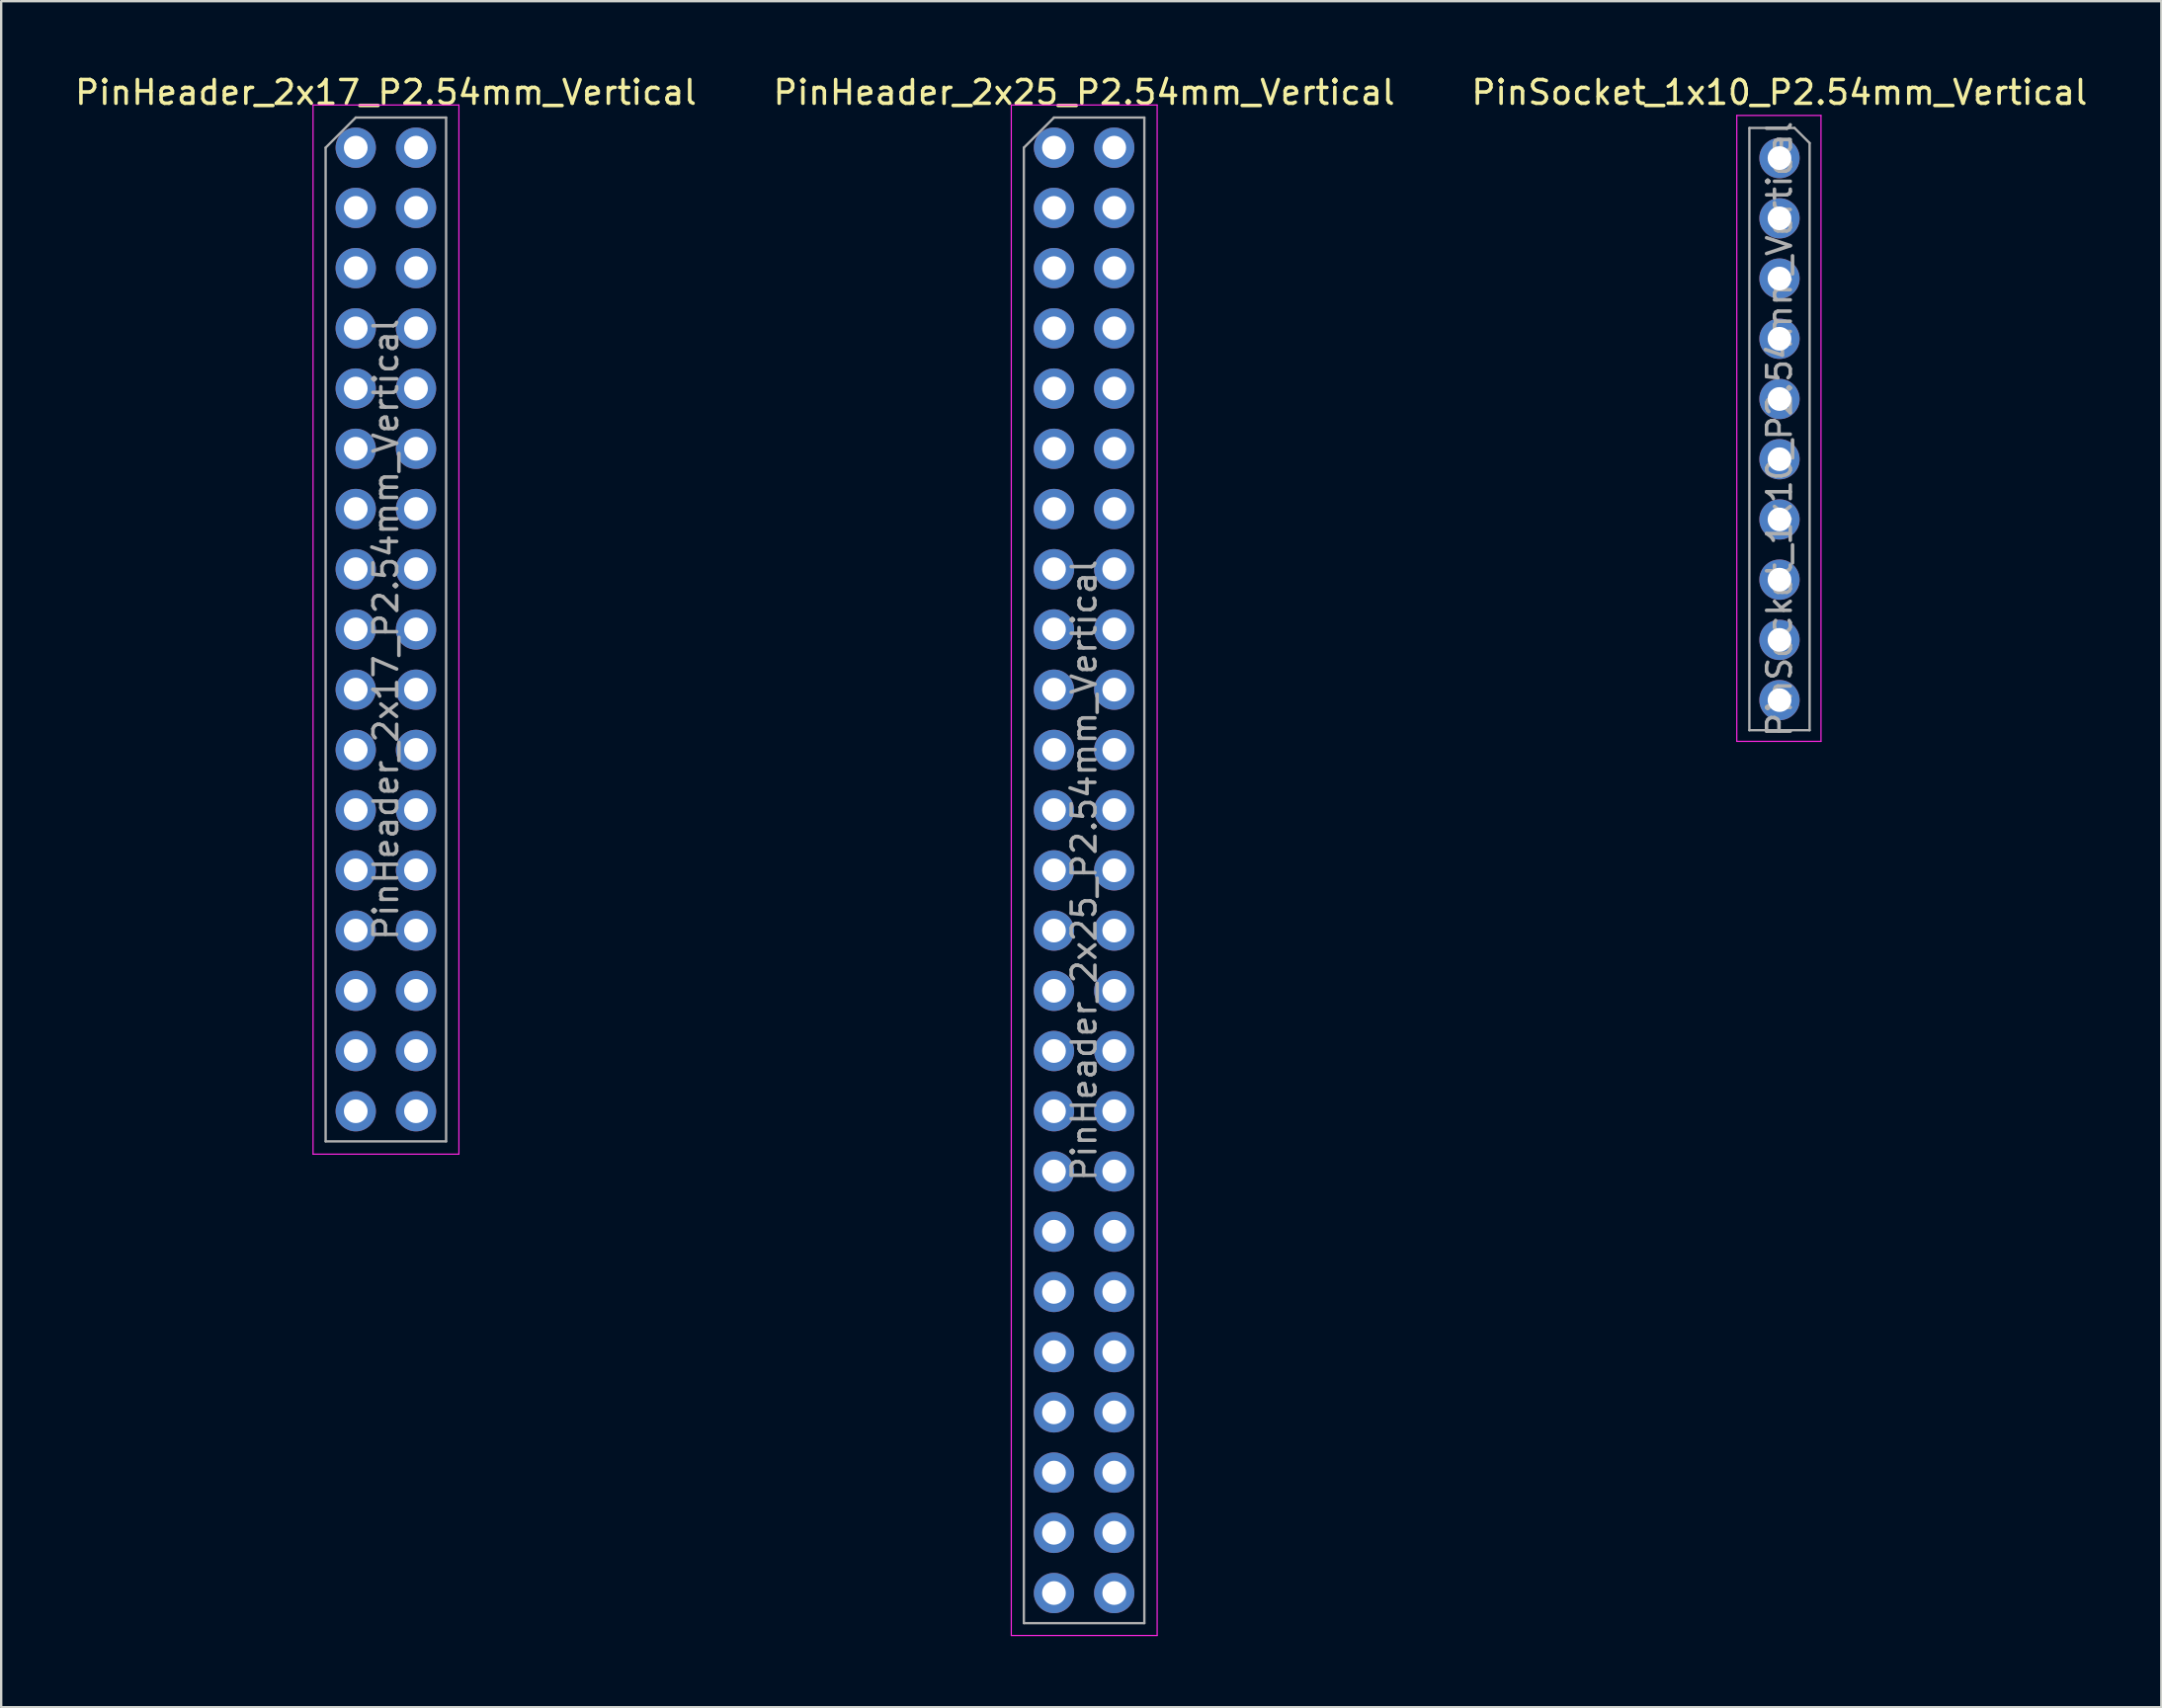
<source format=kicad_pcb>
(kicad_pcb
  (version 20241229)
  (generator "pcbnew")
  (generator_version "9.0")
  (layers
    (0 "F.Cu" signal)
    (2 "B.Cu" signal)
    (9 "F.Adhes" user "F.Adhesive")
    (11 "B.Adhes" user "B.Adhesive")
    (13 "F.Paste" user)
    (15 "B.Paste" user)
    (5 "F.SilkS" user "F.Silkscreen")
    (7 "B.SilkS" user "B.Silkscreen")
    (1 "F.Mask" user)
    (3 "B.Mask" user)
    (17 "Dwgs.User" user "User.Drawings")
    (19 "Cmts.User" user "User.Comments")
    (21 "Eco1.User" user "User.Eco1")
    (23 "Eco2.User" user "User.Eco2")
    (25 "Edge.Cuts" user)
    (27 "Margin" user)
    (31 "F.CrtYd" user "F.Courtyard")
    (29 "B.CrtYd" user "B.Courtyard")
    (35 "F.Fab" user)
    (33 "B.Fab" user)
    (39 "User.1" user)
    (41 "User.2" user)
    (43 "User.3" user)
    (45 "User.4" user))
  (footprint "PinSocket_1x10_P2.54mm_Vertical"
    (layer "F.Cu")
    (at 71.982 3.618)
    (property "Reference" "PinSocket_1x10_P2.54mm_Vertical" (at 0 -2.77 0) (layer "F.SilkS") (effects (font (size 1 1) (thickness 0.15))))
    (attr through_hole)
    (fp_line (start -1.8 -1.8) (end 1.75 -1.8) (stroke (width 0.05) (type solid)) (layer "F.CrtYd"))
    (fp_line (start -1.8 24.6) (end -1.8 -1.8) (stroke (width 0.05) (type solid)) (layer "F.CrtYd"))
    (fp_line (start 1.75 -1.8) (end 1.75 24.6) (stroke (width 0.05) (type solid)) (layer "F.CrtYd"))
    (fp_line (start 1.75 24.6) (end -1.8 24.6) (stroke (width 0.05) (type solid)) (layer "F.CrtYd"))
    (fp_line (start -1.27 -1.27) (end 0.635 -1.27) (stroke (width 0.1) (type solid)) (layer "F.Fab"))
    (fp_line (start -1.27 24.13) (end -1.27 -1.27) (stroke (width 0.1) (type solid)) (layer "F.Fab"))
    (fp_line (start 0.635 -1.27) (end 1.27 -0.635) (stroke (width 0.1) (type solid)) (layer "F.Fab"))
    (fp_line (start 1.27 -0.635) (end 1.27 24.13) (stroke (width 0.1) (type solid)) (layer "F.Fab"))
    (fp_line (start 1.27 24.13) (end -1.27 24.13) (stroke (width 0.1) (type solid)) (layer "F.Fab"))
    (fp_text user "${REFERENCE}" (at 0 11.43 90) (layer "F.Fab") (effects (font (size 1 1) (thickness 0.15))))
    (pad "1" thru_hole circle (at 0 0) (size 1.7 1.7) (drill 1) (layers "*.Cu" "*.Mask"))
    (pad "2" thru_hole oval (at 0 2.54) (size 1.7 1.7) (drill 1) (layers "*.Cu" "*.Mask"))
    (pad "3" thru_hole oval (at 0 5.08) (size 1.7 1.7) (drill 1) (layers "*.Cu" "*.Mask"))
    (pad "4" thru_hole oval (at 0 7.62) (size 1.7 1.7) (drill 1) (layers "*.Cu" "*.Mask"))
    (pad "5" thru_hole oval (at 0 10.16) (size 1.7 1.7) (drill 1) (layers "*.Cu" "*.Mask"))
    (pad "6" thru_hole oval (at 0 12.7) (size 1.7 1.7) (drill 1) (layers "*.Cu" "*.Mask"))
    (pad "7" thru_hole oval (at 0 15.24) (size 1.7 1.7) (drill 1) (layers "*.Cu" "*.Mask"))
    (pad "8" thru_hole oval (at 0 17.78) (size 1.7 1.7) (drill 1) (layers "*.Cu" "*.Mask"))
    (pad "9" thru_hole oval (at 0 20.32) (size 1.7 1.7) (drill 1) (layers "*.Cu" "*.Mask"))
    (pad "10" thru_hole oval (at 0 22.86) (size 1.7 1.7) (drill 1) (layers "*.Cu" "*.Mask")))
  (footprint "PinHeader_2x17_P2.54mm_Vertical"
    (layer "F.Cu")
    (at 11.95 3.178)
    (property "Reference" "PinHeader_2x17_P2.54mm_Vertical" (at 1.27 -2.33 0) (layer "F.SilkS") (effects (font (size 1 1) (thickness 0.15))))
    (attr through_hole)
    (fp_line (start -1.8 -1.8) (end -1.8 42.45) (stroke (width 0.05) (type solid)) (layer "F.CrtYd"))
    (fp_line (start -1.8 42.45) (end 4.35 42.45) (stroke (width 0.05) (type solid)) (layer "F.CrtYd"))
    (fp_line (start 4.35 -1.8) (end -1.8 -1.8) (stroke (width 0.05) (type solid)) (layer "F.CrtYd"))
    (fp_line (start 4.35 42.45) (end 4.35 -1.8) (stroke (width 0.05) (type solid)) (layer "F.CrtYd"))
    (fp_line (start -1.27 0) (end 0 -1.27) (stroke (width 0.1) (type solid)) (layer "F.Fab"))
    (fp_line (start -1.27 41.91) (end -1.27 0) (stroke (width 0.1) (type solid)) (layer "F.Fab"))
    (fp_line (start 0 -1.27) (end 3.81 -1.27) (stroke (width 0.1) (type solid)) (layer "F.Fab"))
    (fp_line (start 3.81 -1.27) (end 3.81 41.91) (stroke (width 0.1) (type solid)) (layer "F.Fab"))
    (fp_line (start 3.81 41.91) (end -1.27 41.91) (stroke (width 0.1) (type solid)) (layer "F.Fab"))
    (fp_text user "${REFERENCE}" (at 1.27 20.32 90) (layer "F.Fab") (effects (font (size 1 1) (thickness 0.15))))
    (pad "1" thru_hole circle (at 0 0) (size 1.7 1.7) (drill 1) (layers "*.Cu" "*.Mask"))
    (pad "2" thru_hole oval (at 2.54 0) (size 1.7 1.7) (drill 1) (layers "*.Cu" "*.Mask"))
    (pad "3" thru_hole oval (at 0 2.54) (size 1.7 1.7) (drill 1) (layers "*.Cu" "*.Mask"))
    (pad "4" thru_hole oval (at 2.54 2.54) (size 1.7 1.7) (drill 1) (layers "*.Cu" "*.Mask"))
    (pad "5" thru_hole oval (at 0 5.08) (size 1.7 1.7) (drill 1) (layers "*.Cu" "*.Mask"))
    (pad "6" thru_hole oval (at 2.54 5.08) (size 1.7 1.7) (drill 1) (layers "*.Cu" "*.Mask"))
    (pad "7" thru_hole oval (at 0 7.62) (size 1.7 1.7) (drill 1) (layers "*.Cu" "*.Mask"))
    (pad "8" thru_hole oval (at 2.54 7.62) (size 1.7 1.7) (drill 1) (layers "*.Cu" "*.Mask"))
    (pad "9" thru_hole oval (at 0 10.16) (size 1.7 1.7) (drill 1) (layers "*.Cu" "*.Mask"))
    (pad "10" thru_hole oval (at 2.54 10.16) (size 1.7 1.7) (drill 1) (layers "*.Cu" "*.Mask"))
    (pad "11" thru_hole oval (at 0 12.7) (size 1.7 1.7) (drill 1) (layers "*.Cu" "*.Mask"))
    (pad "12" thru_hole oval (at 2.54 12.7) (size 1.7 1.7) (drill 1) (layers "*.Cu" "*.Mask"))
    (pad "13" thru_hole oval (at 0 15.24) (size 1.7 1.7) (drill 1) (layers "*.Cu" "*.Mask"))
    (pad "14" thru_hole oval (at 2.54 15.24) (size 1.7 1.7) (drill 1) (layers "*.Cu" "*.Mask"))
    (pad "15" thru_hole oval (at 0 17.78) (size 1.7 1.7) (drill 1) (layers "*.Cu" "*.Mask"))
    (pad "16" thru_hole oval (at 2.54 17.78) (size 1.7 1.7) (drill 1) (layers "*.Cu" "*.Mask"))
    (pad "17" thru_hole oval (at 0 20.32) (size 1.7 1.7) (drill 1) (layers "*.Cu" "*.Mask"))
    (pad "18" thru_hole oval (at 2.54 20.32) (size 1.7 1.7) (drill 1) (layers "*.Cu" "*.Mask"))
    (pad "19" thru_hole oval (at 0 22.86) (size 1.7 1.7) (drill 1) (layers "*.Cu" "*.Mask"))
    (pad "20" thru_hole oval (at 2.54 22.86) (size 1.7 1.7) (drill 1) (layers "*.Cu" "*.Mask"))
    (pad "21" thru_hole oval (at 0 25.4) (size 1.7 1.7) (drill 1) (layers "*.Cu" "*.Mask"))
    (pad "22" thru_hole oval (at 2.54 25.4) (size 1.7 1.7) (drill 1) (layers "*.Cu" "*.Mask"))
    (pad "23" thru_hole oval (at 0 27.94) (size 1.7 1.7) (drill 1) (layers "*.Cu" "*.Mask"))
    (pad "24" thru_hole oval (at 2.54 27.94) (size 1.7 1.7) (drill 1) (layers "*.Cu" "*.Mask"))
    (pad "25" thru_hole oval (at 0 30.48) (size 1.7 1.7) (drill 1) (layers "*.Cu" "*.Mask"))
    (pad "26" thru_hole oval (at 2.54 30.48) (size 1.7 1.7) (drill 1) (layers "*.Cu" "*.Mask"))
    (pad "27" thru_hole oval (at 0 33.02) (size 1.7 1.7) (drill 1) (layers "*.Cu" "*.Mask"))
    (pad "28" thru_hole oval (at 2.54 33.02) (size 1.7 1.7) (drill 1) (layers "*.Cu" "*.Mask"))
    (pad "29" thru_hole oval (at 0 35.56) (size 1.7 1.7) (drill 1) (layers "*.Cu" "*.Mask"))
    (pad "30" thru_hole oval (at 2.54 35.56) (size 1.7 1.7) (drill 1) (layers "*.Cu" "*.Mask"))
    (pad "31" thru_hole oval (at 0 38.1) (size 1.7 1.7) (drill 1) (layers "*.Cu" "*.Mask"))
    (pad "32" thru_hole oval (at 2.54 38.1) (size 1.7 1.7) (drill 1) (layers "*.Cu" "*.Mask"))
    (pad "33" thru_hole oval (at 0 40.64) (size 1.7 1.7) (drill 1) (layers "*.Cu" "*.Mask"))
    (pad "34" thru_hole oval (at 2.54 40.64) (size 1.7 1.7) (drill 1) (layers "*.Cu" "*.Mask")))
  (footprint "PinHeader_2x25_P2.54mm_Vertical"
    (layer "F.Cu")
    (at 41.391 3.178)
    (property "Reference" "PinHeader_2x25_P2.54mm_Vertical" (at 1.27 -2.33 0) (layer "F.SilkS") (effects (font (size 1 1) (thickness 0.15))))
    (attr through_hole)
    (fp_line (start -1.8 -1.8) (end -1.8 62.75) (stroke (width 0.05) (type solid)) (layer "F.CrtYd"))
    (fp_line (start -1.8 62.75) (end 4.35 62.75) (stroke (width 0.05) (type solid)) (layer "F.CrtYd"))
    (fp_line (start 4.35 -1.8) (end -1.8 -1.8) (stroke (width 0.05) (type solid)) (layer "F.CrtYd"))
    (fp_line (start 4.35 62.75) (end 4.35 -1.8) (stroke (width 0.05) (type solid)) (layer "F.CrtYd"))
    (fp_line (start -1.27 0) (end 0 -1.27) (stroke (width 0.1) (type solid)) (layer "F.Fab"))
    (fp_line (start -1.27 62.23) (end -1.27 0) (stroke (width 0.1) (type solid)) (layer "F.Fab"))
    (fp_line (start 0 -1.27) (end 3.81 -1.27) (stroke (width 0.1) (type solid)) (layer "F.Fab"))
    (fp_line (start 3.81 -1.27) (end 3.81 62.23) (stroke (width 0.1) (type solid)) (layer "F.Fab"))
    (fp_line (start 3.81 62.23) (end -1.27 62.23) (stroke (width 0.1) (type solid)) (layer "F.Fab"))
    (fp_text user "${REFERENCE}" (at 1.27 30.48 90) (layer "F.Fab") (effects (font (size 1 1) (thickness 0.15))))
    (pad "1" thru_hole circle (at 0 0) (size 1.7 1.7) (drill 1) (layers "*.Cu" "*.Mask"))
    (pad "2" thru_hole oval (at 2.54 0) (size 1.7 1.7) (drill 1) (layers "*.Cu" "*.Mask"))
    (pad "3" thru_hole oval (at 0 2.54) (size 1.7 1.7) (drill 1) (layers "*.Cu" "*.Mask"))
    (pad "4" thru_hole oval (at 2.54 2.54) (size 1.7 1.7) (drill 1) (layers "*.Cu" "*.Mask"))
    (pad "5" thru_hole oval (at 0 5.08) (size 1.7 1.7) (drill 1) (layers "*.Cu" "*.Mask"))
    (pad "6" thru_hole oval (at 2.54 5.08) (size 1.7 1.7) (drill 1) (layers "*.Cu" "*.Mask"))
    (pad "7" thru_hole oval (at 0 7.62) (size 1.7 1.7) (drill 1) (layers "*.Cu" "*.Mask"))
    (pad "8" thru_hole oval (at 2.54 7.62) (size 1.7 1.7) (drill 1) (layers "*.Cu" "*.Mask"))
    (pad "9" thru_hole oval (at 0 10.16) (size 1.7 1.7) (drill 1) (layers "*.Cu" "*.Mask"))
    (pad "10" thru_hole oval (at 2.54 10.16) (size 1.7 1.7) (drill 1) (layers "*.Cu" "*.Mask"))
    (pad "11" thru_hole oval (at 0 12.7) (size 1.7 1.7) (drill 1) (layers "*.Cu" "*.Mask"))
    (pad "12" thru_hole oval (at 2.54 12.7) (size 1.7 1.7) (drill 1) (layers "*.Cu" "*.Mask"))
    (pad "13" thru_hole oval (at 0 15.24) (size 1.7 1.7) (drill 1) (layers "*.Cu" "*.Mask"))
    (pad "14" thru_hole oval (at 2.54 15.24) (size 1.7 1.7) (drill 1) (layers "*.Cu" "*.Mask"))
    (pad "15" thru_hole oval (at 0 17.78) (size 1.7 1.7) (drill 1) (layers "*.Cu" "*.Mask"))
    (pad "16" thru_hole oval (at 2.54 17.78) (size 1.7 1.7) (drill 1) (layers "*.Cu" "*.Mask"))
    (pad "17" thru_hole oval (at 0 20.32) (size 1.7 1.7) (drill 1) (layers "*.Cu" "*.Mask"))
    (pad "18" thru_hole oval (at 2.54 20.32) (size 1.7 1.7) (drill 1) (layers "*.Cu" "*.Mask"))
    (pad "19" thru_hole oval (at 0 22.86) (size 1.7 1.7) (drill 1) (layers "*.Cu" "*.Mask"))
    (pad "20" thru_hole oval (at 2.54 22.86) (size 1.7 1.7) (drill 1) (layers "*.Cu" "*.Mask"))
    (pad "21" thru_hole oval (at 0 25.4) (size 1.7 1.7) (drill 1) (layers "*.Cu" "*.Mask"))
    (pad "22" thru_hole oval (at 2.54 25.4) (size 1.7 1.7) (drill 1) (layers "*.Cu" "*.Mask"))
    (pad "23" thru_hole oval (at 0 27.94) (size 1.7 1.7) (drill 1) (layers "*.Cu" "*.Mask"))
    (pad "24" thru_hole oval (at 2.54 27.94) (size 1.7 1.7) (drill 1) (layers "*.Cu" "*.Mask"))
    (pad "25" thru_hole oval (at 0 30.48) (size 1.7 1.7) (drill 1) (layers "*.Cu" "*.Mask"))
    (pad "26" thru_hole oval (at 2.54 30.48) (size 1.7 1.7) (drill 1) (layers "*.Cu" "*.Mask"))
    (pad "27" thru_hole oval (at 0 33.02) (size 1.7 1.7) (drill 1) (layers "*.Cu" "*.Mask"))
    (pad "28" thru_hole oval (at 2.54 33.02) (size 1.7 1.7) (drill 1) (layers "*.Cu" "*.Mask"))
    (pad "29" thru_hole oval (at 0 35.56) (size 1.7 1.7) (drill 1) (layers "*.Cu" "*.Mask"))
    (pad "30" thru_hole oval (at 2.54 35.56) (size 1.7 1.7) (drill 1) (layers "*.Cu" "*.Mask"))
    (pad "31" thru_hole oval (at 0 38.1) (size 1.7 1.7) (drill 1) (layers "*.Cu" "*.Mask"))
    (pad "32" thru_hole oval (at 2.54 38.1) (size 1.7 1.7) (drill 1) (layers "*.Cu" "*.Mask"))
    (pad "33" thru_hole oval (at 0 40.64) (size 1.7 1.7) (drill 1) (layers "*.Cu" "*.Mask"))
    (pad "34" thru_hole oval (at 2.54 40.64) (size 1.7 1.7) (drill 1) (layers "*.Cu" "*.Mask"))
    (pad "35" thru_hole oval (at 0 43.18) (size 1.7 1.7) (drill 1) (layers "*.Cu" "*.Mask"))
    (pad "36" thru_hole oval (at 2.54 43.18) (size 1.7 1.7) (drill 1) (layers "*.Cu" "*.Mask"))
    (pad "37" thru_hole oval (at 0 45.72) (size 1.7 1.7) (drill 1) (layers "*.Cu" "*.Mask"))
    (pad "38" thru_hole oval (at 2.54 45.72) (size 1.7 1.7) (drill 1) (layers "*.Cu" "*.Mask"))
    (pad "39" thru_hole oval (at 0 48.26) (size 1.7 1.7) (drill 1) (layers "*.Cu" "*.Mask"))
    (pad "40" thru_hole oval (at 2.54 48.26) (size 1.7 1.7) (drill 1) (layers "*.Cu" "*.Mask"))
    (pad "41" thru_hole oval (at 0 50.8) (size 1.7 1.7) (drill 1) (layers "*.Cu" "*.Mask"))
    (pad "42" thru_hole oval (at 2.54 50.8) (size 1.7 1.7) (drill 1) (layers "*.Cu" "*.Mask"))
    (pad "43" thru_hole oval (at 0 53.34) (size 1.7 1.7) (drill 1) (layers "*.Cu" "*.Mask"))
    (pad "44" thru_hole oval (at 2.54 53.34) (size 1.7 1.7) (drill 1) (layers "*.Cu" "*.Mask"))
    (pad "45" thru_hole oval (at 0 55.88) (size 1.7 1.7) (drill 1) (layers "*.Cu" "*.Mask"))
    (pad "46" thru_hole oval (at 2.54 55.88) (size 1.7 1.7) (drill 1) (layers "*.Cu" "*.Mask"))
    (pad "47" thru_hole oval (at 0 58.42) (size 1.7 1.7) (drill 1) (layers "*.Cu" "*.Mask"))
    (pad "48" thru_hole oval (at 2.54 58.42) (size 1.7 1.7) (drill 1) (layers "*.Cu" "*.Mask"))
    (pad "49" thru_hole oval (at 0 60.96) (size 1.7 1.7) (drill 1) (layers "*.Cu" "*.Mask"))
    (pad "50" thru_hole oval (at 2.54 60.96) (size 1.7 1.7) (drill 1) (layers "*.Cu" "*.Mask")))
  (gr_rect
    (start -3 -3)
    (end 88.083 68.953)
    (stroke (width 0.1) (type default))
    (fill no)
    (layer "Edge.Cuts")))
</source>
